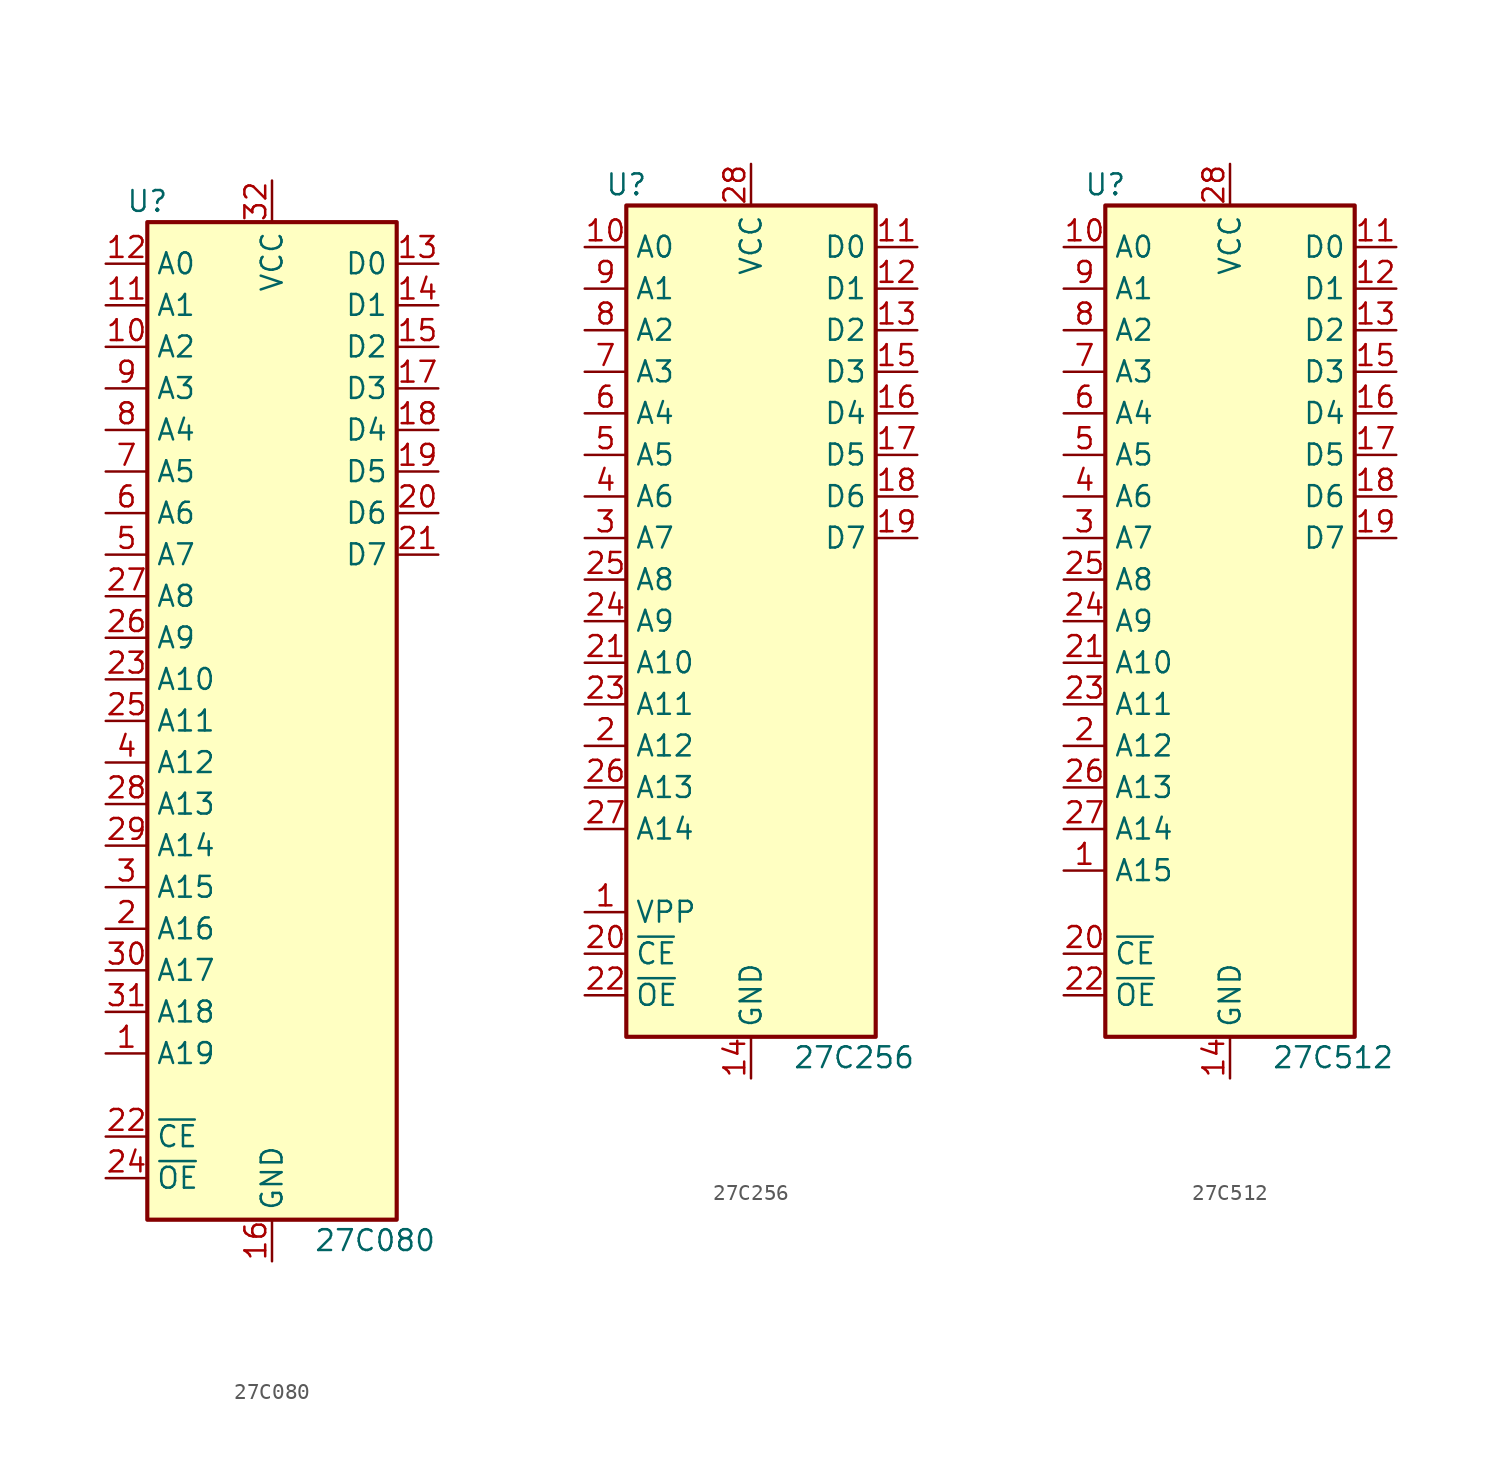
<source format=kicad_sym>
(kicad_symbol_lib
  (version 20201005)
  (generator kicad_symbol_editor)
  (symbol "27C080"
    (property "Reference" "U"
      (at -7.62 31.75 0)
      (effects (font (size 1.27 1.27))))
    (property "Value" "27C080"
      (at 2.54 -31.75 0)
      (effects (font (size 1.27 1.27)) (justify left)))
    (symbol "27C080_1_1"
      (rectangle (start -7.62 30.48) (end 7.62 -30.48) (stroke (width 0.254)) (fill (type background)))
      (pin input line (at -10.16 -20.32 0) (length 2.54) (name "A19" (effects (font (size 1.27 1.27)))) (number "1" (effects (font (size 1.27 1.27)))))
      (pin input line (at -10.16 -12.7 0) (length 2.54) (name "A16" (effects (font (size 1.27 1.27)))) (number "2" (effects (font (size 1.27 1.27)))))
      (pin input line (at -10.16 -10.16 0) (length 2.54) (name "A15" (effects (font (size 1.27 1.27)))) (number "3" (effects (font (size 1.27 1.27)))))
      (pin input line (at -10.16 -2.54 0) (length 2.54) (name "A12" (effects (font (size 1.27 1.27)))) (number "4" (effects (font (size 1.27 1.27)))))
      (pin input line (at -10.16 10.16 0) (length 2.54) (name "A7" (effects (font (size 1.27 1.27)))) (number "5" (effects (font (size 1.27 1.27)))))
      (pin input line (at -10.16 12.7 0) (length 2.54) (name "A6" (effects (font (size 1.27 1.27)))) (number "6" (effects (font (size 1.27 1.27)))))
      (pin input line (at -10.16 15.24 0) (length 2.54) (name "A5" (effects (font (size 1.27 1.27)))) (number "7" (effects (font (size 1.27 1.27)))))
      (pin input line (at -10.16 17.78 0) (length 2.54) (name "A4" (effects (font (size 1.27 1.27)))) (number "8" (effects (font (size 1.27 1.27)))))
      (pin input line (at -10.16 20.32 0) (length 2.54) (name "A3" (effects (font (size 1.27 1.27)))) (number "9" (effects (font (size 1.27 1.27)))))
      (pin input line (at -10.16 22.86 0) (length 2.54) (name "A2" (effects (font (size 1.27 1.27)))) (number "10" (effects (font (size 1.27 1.27)))))
      (pin tri_state line (at 10.16 12.7 180) (length 2.54) (name "D6" (effects (font (size 1.27 1.27)))) (number "20" (effects (font (size 1.27 1.27)))))
      (pin input line (at -10.16 -15.24 0) (length 2.54) (name "A17" (effects (font (size 1.27 1.27)))) (number "30" (effects (font (size 1.27 1.27)))))
      (pin input line (at -10.16 25.4 0) (length 2.54) (name "A1" (effects (font (size 1.27 1.27)))) (number "11" (effects (font (size 1.27 1.27)))))
      (pin tri_state line (at 10.16 10.16 180) (length 2.54) (name "D7" (effects (font (size 1.27 1.27)))) (number "21" (effects (font (size 1.27 1.27)))))
      (pin input line (at -10.16 -17.78 0) (length 2.54) (name "A18" (effects (font (size 1.27 1.27)))) (number "31" (effects (font (size 1.27 1.27)))))
      (pin input line (at -10.16 27.94 0) (length 2.54) (name "A0" (effects (font (size 1.27 1.27)))) (number "12" (effects (font (size 1.27 1.27)))))
      (pin input line (at -10.16 -25.4 0) (length 2.54) (name "~CE" (effects (font (size 1.27 1.27)))) (number "22" (effects (font (size 1.27 1.27)))))
      (pin power_in line (at 0 33.02 270) (length 2.54) (name "VCC" (effects (font (size 1.27 1.27)))) (number "32" (effects (font (size 1.27 1.27)))))
      (pin tri_state line (at 10.16 27.94 180) (length 2.54) (name "D0" (effects (font (size 1.27 1.27)))) (number "13" (effects (font (size 1.27 1.27)))))
      (pin input line (at -10.16 2.54 0) (length 2.54) (name "A10" (effects (font (size 1.27 1.27)))) (number "23" (effects (font (size 1.27 1.27)))))
      (pin tri_state line (at 10.16 25.4 180) (length 2.54) (name "D1" (effects (font (size 1.27 1.27)))) (number "14" (effects (font (size 1.27 1.27)))))
      (pin input line (at -10.16 -27.94 0) (length 2.54) (name "~OE" (effects (font (size 1.27 1.27)))) (number "24" (effects (font (size 1.27 1.27)))))
      (pin tri_state line (at 10.16 22.86 180) (length 2.54) (name "D2" (effects (font (size 1.27 1.27)))) (number "15" (effects (font (size 1.27 1.27)))))
      (pin input line (at -10.16 0 0) (length 2.54) (name "A11" (effects (font (size 1.27 1.27)))) (number "25" (effects (font (size 1.27 1.27)))))
      (pin power_in line (at 0 -33.02 90) (length 2.54) (name "GND" (effects (font (size 1.27 1.27)))) (number "16" (effects (font (size 1.27 1.27)))))
      (pin input line (at -10.16 5.08 0) (length 2.54) (name "A9" (effects (font (size 1.27 1.27)))) (number "26" (effects (font (size 1.27 1.27)))))
      (pin tri_state line (at 10.16 20.32 180) (length 2.54) (name "D3" (effects (font (size 1.27 1.27)))) (number "17" (effects (font (size 1.27 1.27)))))
      (pin input line (at -10.16 7.62 0) (length 2.54) (name "A8" (effects (font (size 1.27 1.27)))) (number "27" (effects (font (size 1.27 1.27)))))
      (pin tri_state line (at 10.16 17.78 180) (length 2.54) (name "D4" (effects (font (size 1.27 1.27)))) (number "18" (effects (font (size 1.27 1.27)))))
      (pin input line (at -10.16 -5.08 0) (length 2.54) (name "A13" (effects (font (size 1.27 1.27)))) (number "28" (effects (font (size 1.27 1.27)))))
      (pin tri_state line (at 10.16 15.24 180) (length 2.54) (name "D5" (effects (font (size 1.27 1.27)))) (number "19" (effects (font (size 1.27 1.27)))))
      (pin input line (at -10.16 -7.62 0) (length 2.54) (name "A14" (effects (font (size 1.27 1.27)))) (number "29" (effects (font (size 1.27 1.27)))))))
  (symbol "27C256"
    (property "Reference" "U"
      (at -7.62 26.67 0)
      (effects (font (size 1.27 1.27))))
    (property "Value" "27C256"
      (at 2.54 -26.67 0)
      (effects (font (size 1.27 1.27)) (justify left)))
    (symbol "27C256_1_1"
      (rectangle (start -7.62 25.4) (end 7.62 -25.4) (stroke (width 0.254)) (fill (type background)))
      (pin input line (at -10.16 -17.78 0) (length 2.54) (name "VPP" (effects (font (size 1.27 1.27)))) (number "1" (effects (font (size 1.27 1.27)))))
      (pin input line (at -10.16 -7.62 0) (length 2.54) (name "A12" (effects (font (size 1.27 1.27)))) (number "2" (effects (font (size 1.27 1.27)))))
      (pin input line (at -10.16 5.08 0) (length 2.54) (name "A7" (effects (font (size 1.27 1.27)))) (number "3" (effects (font (size 1.27 1.27)))))
      (pin input line (at -10.16 7.62 0) (length 2.54) (name "A6" (effects (font (size 1.27 1.27)))) (number "4" (effects (font (size 1.27 1.27)))))
      (pin input line (at -10.16 10.16 0) (length 2.54) (name "A5" (effects (font (size 1.27 1.27)))) (number "5" (effects (font (size 1.27 1.27)))))
      (pin input line (at -10.16 12.7 0) (length 2.54) (name "A4" (effects (font (size 1.27 1.27)))) (number "6" (effects (font (size 1.27 1.27)))))
      (pin input line (at -10.16 15.24 0) (length 2.54) (name "A3" (effects (font (size 1.27 1.27)))) (number "7" (effects (font (size 1.27 1.27)))))
      (pin input line (at -10.16 17.78 0) (length 2.54) (name "A2" (effects (font (size 1.27 1.27)))) (number "8" (effects (font (size 1.27 1.27)))))
      (pin input line (at -10.16 20.32 0) (length 2.54) (name "A1" (effects (font (size 1.27 1.27)))) (number "9" (effects (font (size 1.27 1.27)))))
      (pin input line (at -10.16 22.86 0) (length 2.54) (name "A0" (effects (font (size 1.27 1.27)))) (number "10" (effects (font (size 1.27 1.27)))))
      (pin input line (at -10.16 -20.32 0) (length 2.54) (name "~CE" (effects (font (size 1.27 1.27)))) (number "20" (effects (font (size 1.27 1.27)))))
      (pin tri_state line (at 10.16 22.86 180) (length 2.54) (name "D0" (effects (font (size 1.27 1.27)))) (number "11" (effects (font (size 1.27 1.27)))))
      (pin input line (at -10.16 -2.54 0) (length 2.54) (name "A10" (effects (font (size 1.27 1.27)))) (number "21" (effects (font (size 1.27 1.27)))))
      (pin tri_state line (at 10.16 20.32 180) (length 2.54) (name "D1" (effects (font (size 1.27 1.27)))) (number "12" (effects (font (size 1.27 1.27)))))
      (pin input line (at -10.16 -22.86 0) (length 2.54) (name "~OE" (effects (font (size 1.27 1.27)))) (number "22" (effects (font (size 1.27 1.27)))))
      (pin tri_state line (at 10.16 17.78 180) (length 2.54) (name "D2" (effects (font (size 1.27 1.27)))) (number "13" (effects (font (size 1.27 1.27)))))
      (pin input line (at -10.16 -5.08 0) (length 2.54) (name "A11" (effects (font (size 1.27 1.27)))) (number "23" (effects (font (size 1.27 1.27)))))
      (pin power_in line (at 0 -27.94 90) (length 2.54) (name "GND" (effects (font (size 1.27 1.27)))) (number "14" (effects (font (size 1.27 1.27)))))
      (pin input line (at -10.16 0 0) (length 2.54) (name "A9" (effects (font (size 1.27 1.27)))) (number "24" (effects (font (size 1.27 1.27)))))
      (pin tri_state line (at 10.16 15.24 180) (length 2.54) (name "D3" (effects (font (size 1.27 1.27)))) (number "15" (effects (font (size 1.27 1.27)))))
      (pin input line (at -10.16 2.54 0) (length 2.54) (name "A8" (effects (font (size 1.27 1.27)))) (number "25" (effects (font (size 1.27 1.27)))))
      (pin tri_state line (at 10.16 12.7 180) (length 2.54) (name "D4" (effects (font (size 1.27 1.27)))) (number "16" (effects (font (size 1.27 1.27)))))
      (pin input line (at -10.16 -10.16 0) (length 2.54) (name "A13" (effects (font (size 1.27 1.27)))) (number "26" (effects (font (size 1.27 1.27)))))
      (pin tri_state line (at 10.16 10.16 180) (length 2.54) (name "D5" (effects (font (size 1.27 1.27)))) (number "17" (effects (font (size 1.27 1.27)))))
      (pin input line (at -10.16 -12.7 0) (length 2.54) (name "A14" (effects (font (size 1.27 1.27)))) (number "27" (effects (font (size 1.27 1.27)))))
      (pin tri_state line (at 10.16 7.62 180) (length 2.54) (name "D6" (effects (font (size 1.27 1.27)))) (number "18" (effects (font (size 1.27 1.27)))))
      (pin power_in line (at 0 27.94 270) (length 2.54) (name "VCC" (effects (font (size 1.27 1.27)))) (number "28" (effects (font (size 1.27 1.27)))))
      (pin tri_state line (at 10.16 5.08 180) (length 2.54) (name "D7" (effects (font (size 1.27 1.27)))) (number "19" (effects (font (size 1.27 1.27)))))))
  (symbol "27C512"
    (property "Reference" "U"
      (at -7.62 26.67 0)
      (effects (font (size 1.27 1.27))))
    (property "Value" "27C512"
      (at 2.54 -26.67 0)
      (effects (font (size 1.27 1.27)) (justify left)))
    (symbol "27C512_1_1"
      (rectangle (start -7.62 25.4) (end 7.62 -25.4) (stroke (width 0.254)) (fill (type background)))
      (pin input line (at -10.16 -15.24 0) (length 2.54) (name "A15" (effects (font (size 1.27 1.27)))) (number "1" (effects (font (size 1.27 1.27)))))
      (pin input line (at -10.16 -7.62 0) (length 2.54) (name "A12" (effects (font (size 1.27 1.27)))) (number "2" (effects (font (size 1.27 1.27)))))
      (pin input line (at -10.16 5.08 0) (length 2.54) (name "A7" (effects (font (size 1.27 1.27)))) (number "3" (effects (font (size 1.27 1.27)))))
      (pin input line (at -10.16 7.62 0) (length 2.54) (name "A6" (effects (font (size 1.27 1.27)))) (number "4" (effects (font (size 1.27 1.27)))))
      (pin input line (at -10.16 10.16 0) (length 2.54) (name "A5" (effects (font (size 1.27 1.27)))) (number "5" (effects (font (size 1.27 1.27)))))
      (pin input line (at -10.16 12.7 0) (length 2.54) (name "A4" (effects (font (size 1.27 1.27)))) (number "6" (effects (font (size 1.27 1.27)))))
      (pin input line (at -10.16 15.24 0) (length 2.54) (name "A3" (effects (font (size 1.27 1.27)))) (number "7" (effects (font (size 1.27 1.27)))))
      (pin input line (at -10.16 17.78 0) (length 2.54) (name "A2" (effects (font (size 1.27 1.27)))) (number "8" (effects (font (size 1.27 1.27)))))
      (pin input line (at -10.16 20.32 0) (length 2.54) (name "A1" (effects (font (size 1.27 1.27)))) (number "9" (effects (font (size 1.27 1.27)))))
      (pin input line (at -10.16 22.86 0) (length 2.54) (name "A0" (effects (font (size 1.27 1.27)))) (number "10" (effects (font (size 1.27 1.27)))))
      (pin input line (at -10.16 -20.32 0) (length 2.54) (name "~CE" (effects (font (size 1.27 1.27)))) (number "20" (effects (font (size 1.27 1.27)))))
      (pin tri_state line (at 10.16 22.86 180) (length 2.54) (name "D0" (effects (font (size 1.27 1.27)))) (number "11" (effects (font (size 1.27 1.27)))))
      (pin input line (at -10.16 -2.54 0) (length 2.54) (name "A10" (effects (font (size 1.27 1.27)))) (number "21" (effects (font (size 1.27 1.27)))))
      (pin tri_state line (at 10.16 20.32 180) (length 2.54) (name "D1" (effects (font (size 1.27 1.27)))) (number "12" (effects (font (size 1.27 1.27)))))
      (pin input line (at -10.16 -22.86 0) (length 2.54) (name "~OE" (effects (font (size 1.27 1.27)))) (number "22" (effects (font (size 1.27 1.27)))))
      (pin tri_state line (at 10.16 17.78 180) (length 2.54) (name "D2" (effects (font (size 1.27 1.27)))) (number "13" (effects (font (size 1.27 1.27)))))
      (pin input line (at -10.16 -5.08 0) (length 2.54) (name "A11" (effects (font (size 1.27 1.27)))) (number "23" (effects (font (size 1.27 1.27)))))
      (pin power_in line (at 0 -27.94 90) (length 2.54) (name "GND" (effects (font (size 1.27 1.27)))) (number "14" (effects (font (size 1.27 1.27)))))
      (pin input line (at -10.16 0 0) (length 2.54) (name "A9" (effects (font (size 1.27 1.27)))) (number "24" (effects (font (size 1.27 1.27)))))
      (pin tri_state line (at 10.16 15.24 180) (length 2.54) (name "D3" (effects (font (size 1.27 1.27)))) (number "15" (effects (font (size 1.27 1.27)))))
      (pin input line (at -10.16 2.54 0) (length 2.54) (name "A8" (effects (font (size 1.27 1.27)))) (number "25" (effects (font (size 1.27 1.27)))))
      (pin tri_state line (at 10.16 12.7 180) (length 2.54) (name "D4" (effects (font (size 1.27 1.27)))) (number "16" (effects (font (size 1.27 1.27)))))
      (pin input line (at -10.16 -10.16 0) (length 2.54) (name "A13" (effects (font (size 1.27 1.27)))) (number "26" (effects (font (size 1.27 1.27)))))
      (pin tri_state line (at 10.16 10.16 180) (length 2.54) (name "D5" (effects (font (size 1.27 1.27)))) (number "17" (effects (font (size 1.27 1.27)))))
      (pin input line (at -10.16 -12.7 0) (length 2.54) (name "A14" (effects (font (size 1.27 1.27)))) (number "27" (effects (font (size 1.27 1.27)))))
      (pin tri_state line (at 10.16 7.62 180) (length 2.54) (name "D6" (effects (font (size 1.27 1.27)))) (number "18" (effects (font (size 1.27 1.27)))))
      (pin power_in line (at 0 27.94 270) (length 2.54) (name "VCC" (effects (font (size 1.27 1.27)))) (number "28" (effects (font (size 1.27 1.27)))))
      (pin tri_state line (at 10.16 5.08 180) (length 2.54) (name "D7" (effects (font (size 1.27 1.27)))) (number "19" (effects (font (size 1.27 1.27))))))))
</source>
